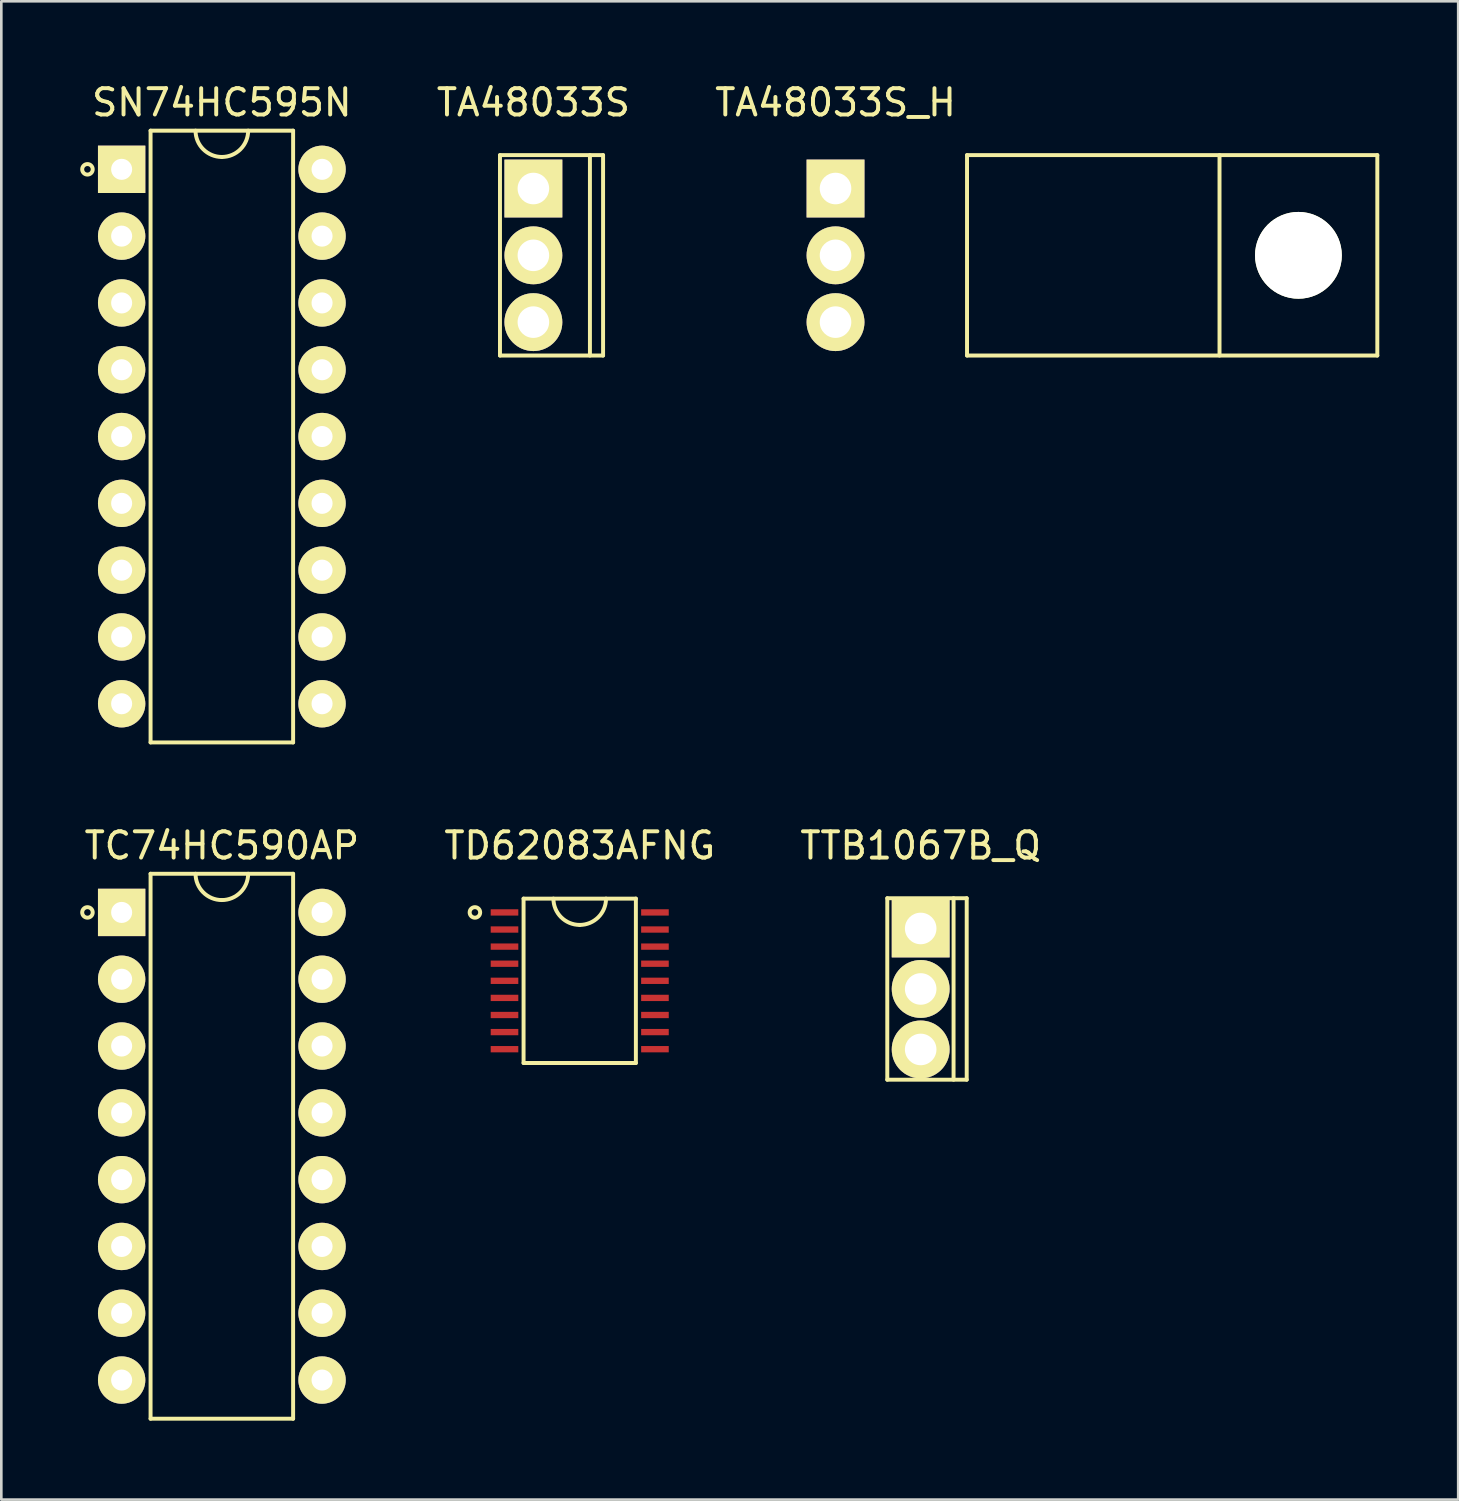
<source format=kicad_pcb>
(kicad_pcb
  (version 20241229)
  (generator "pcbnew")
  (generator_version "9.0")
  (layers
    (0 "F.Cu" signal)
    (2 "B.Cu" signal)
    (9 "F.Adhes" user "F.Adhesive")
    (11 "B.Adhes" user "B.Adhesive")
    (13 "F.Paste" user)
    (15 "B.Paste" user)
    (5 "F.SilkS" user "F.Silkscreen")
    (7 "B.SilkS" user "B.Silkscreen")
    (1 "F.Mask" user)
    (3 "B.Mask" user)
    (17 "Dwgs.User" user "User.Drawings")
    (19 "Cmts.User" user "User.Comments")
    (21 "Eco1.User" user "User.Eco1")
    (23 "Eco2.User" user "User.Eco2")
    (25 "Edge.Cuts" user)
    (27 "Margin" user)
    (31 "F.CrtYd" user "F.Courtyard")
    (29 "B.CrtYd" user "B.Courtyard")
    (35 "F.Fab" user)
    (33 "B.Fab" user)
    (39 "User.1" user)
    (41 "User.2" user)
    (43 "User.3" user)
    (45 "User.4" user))
  (footprint "TC74HC590AP"
    (layer "F.Cu")
    (at 1.575 31.642)
    (property "Reference" "TC74HC590AP" (at 3.81 -2.54 0) (layer "F.SilkS") (effects (font (size 1 1) (thickness 0.15))))
    (attr through_hole)
    (fp_line (start 1.1 -1.47) (end 6.52 -1.47) (stroke (width 0.15) (type solid)) (layer "F.SilkS"))
    (fp_line (start 1.1 19.25) (end 1.1 -1.47) (stroke (width 0.15) (type solid)) (layer "F.SilkS"))
    (fp_line (start 6.52 -1.47) (end 6.52 19.25) (stroke (width 0.15) (type solid)) (layer "F.SilkS"))
    (fp_line (start 6.52 19.25) (end 1.1 19.25) (stroke (width 0.15) (type solid)) (layer "F.SilkS"))
    (fp_arc (start 3.81 -0.47) (mid 3.102893 -0.762893) (end 2.81 -1.47) (stroke (width 0.15) (type solid)) (layer "F.SilkS"))
    (fp_arc (start 4.81 -1.47) (mid 4.517107 -0.762893) (end 3.81 -0.47) (stroke (width 0.15) (type solid)) (layer "F.SilkS"))
    (fp_circle (center -1.3 0) (end -1.3 0.2) (stroke (width 0.15) (type solid)) (fill no) (layer "F.SilkS"))
    (pad "1" thru_hole rect (at 0 0) (size 1.8 1.8) (drill 0.8) (layers "*.Cu" "*.Mask" "F.SilkS"))
    (pad "2" thru_hole circle (at 0 2.54) (size 1.8 1.8) (drill 0.8) (layers "*.Cu" "*.Mask" "F.SilkS"))
    (pad "3" thru_hole circle (at 0 5.08) (size 1.8 1.8) (drill 0.8) (layers "*.Cu" "*.Mask" "F.SilkS"))
    (pad "4" thru_hole circle (at 0 7.62) (size 1.8 1.8) (drill 0.8) (layers "*.Cu" "*.Mask" "F.SilkS"))
    (pad "5" thru_hole circle (at 0 10.16) (size 1.8 1.8) (drill 0.8) (layers "*.Cu" "*.Mask" "F.SilkS"))
    (pad "6" thru_hole circle (at 0 12.7) (size 1.8 1.8) (drill 0.8) (layers "*.Cu" "*.Mask" "F.SilkS"))
    (pad "7" thru_hole circle (at 0 15.24) (size 1.8 1.8) (drill 0.8) (layers "*.Cu" "*.Mask" "F.SilkS"))
    (pad "8" thru_hole circle (at 0 17.78) (size 1.8 1.8) (drill 0.8) (layers "*.Cu" "*.Mask" "F.SilkS"))
    (pad "9" thru_hole circle (at 7.62 17.78) (size 1.8 1.8) (drill 0.8) (layers "*.Cu" "*.Mask" "F.SilkS"))
    (pad "10" thru_hole circle (at 7.62 15.24) (size 1.8 1.8) (drill 0.8) (layers "*.Cu" "*.Mask" "F.SilkS"))
    (pad "11" thru_hole circle (at 7.62 12.7) (size 1.8 1.8) (drill 0.8) (layers "*.Cu" "*.Mask" "F.SilkS"))
    (pad "12" thru_hole circle (at 7.62 10.16) (size 1.8 1.8) (drill 0.8) (layers "*.Cu" "*.Mask" "F.SilkS"))
    (pad "13" thru_hole circle (at 7.62 7.62) (size 1.8 1.8) (drill 0.8) (layers "*.Cu" "*.Mask" "F.SilkS"))
    (pad "14" thru_hole circle (at 7.62 5.08) (size 1.8 1.8) (drill 0.8) (layers "*.Cu" "*.Mask" "F.SilkS"))
    (pad "15" thru_hole circle (at 7.62 2.54) (size 1.8 1.8) (drill 0.8) (layers "*.Cu" "*.Mask" "F.SilkS"))
    (pad "16" thru_hole circle (at 7.62 0) (size 1.8 1.8) (drill 0.8) (layers "*.Cu" "*.Mask" "F.SilkS")))
  (footprint "SN74HC595N"
    (layer "F.Cu")
    (at 1.575 3.388)
    (property "Reference" "SN74HC595N" (at 3.81 -2.54 0) (layer "F.SilkS") (effects (font (size 1 1) (thickness 0.15))))
    (attr through_hole)
    (fp_line (start 1.1 -1.47) (end 6.52 -1.47) (stroke (width 0.15) (type solid)) (layer "F.SilkS"))
    (fp_line (start 1.1 21.79) (end 1.1 -1.47) (stroke (width 0.15) (type solid)) (layer "F.SilkS"))
    (fp_line (start 6.52 -1.47) (end 6.52 21.79) (stroke (width 0.15) (type solid)) (layer "F.SilkS"))
    (fp_line (start 6.52 21.79) (end 1.1 21.79) (stroke (width 0.15) (type solid)) (layer "F.SilkS"))
    (fp_arc (start 3.81 -0.47) (mid 3.102893 -0.762893) (end 2.81 -1.47) (stroke (width 0.15) (type solid)) (layer "F.SilkS"))
    (fp_arc (start 4.81 -1.47) (mid 4.517107 -0.762893) (end 3.81 -0.47) (stroke (width 0.15) (type solid)) (layer "F.SilkS"))
    (fp_circle (center -1.3 0) (end -1.3 0.2) (stroke (width 0.15) (type solid)) (fill no) (layer "F.SilkS"))
    (pad "1" thru_hole rect (at 0 0) (size 1.8 1.8) (drill 0.8) (layers "*.Cu" "*.Mask" "F.SilkS"))
    (pad "2" thru_hole circle (at 0 2.54) (size 1.8 1.8) (drill 0.8) (layers "*.Cu" "*.Mask" "F.SilkS"))
    (pad "3" thru_hole circle (at 0 5.08) (size 1.8 1.8) (drill 0.8) (layers "*.Cu" "*.Mask" "F.SilkS"))
    (pad "4" thru_hole circle (at 0 7.62) (size 1.8 1.8) (drill 0.8) (layers "*.Cu" "*.Mask" "F.SilkS"))
    (pad "5" thru_hole circle (at 0 10.16) (size 1.8 1.8) (drill 0.8) (layers "*.Cu" "*.Mask" "F.SilkS"))
    (pad "6" thru_hole circle (at 0 12.7) (size 1.8 1.8) (drill 0.8) (layers "*.Cu" "*.Mask" "F.SilkS"))
    (pad "7" thru_hole circle (at 0 15.24) (size 1.8 1.8) (drill 0.8) (layers "*.Cu" "*.Mask" "F.SilkS"))
    (pad "8" thru_hole circle (at 0 17.78) (size 1.8 1.8) (drill 0.8) (layers "*.Cu" "*.Mask" "F.SilkS"))
    (pad "9" thru_hole circle (at 0 20.32) (size 1.8 1.8) (drill 0.8) (layers "*.Cu" "*.Mask" "F.SilkS"))
    (pad "10" thru_hole circle (at 7.62 20.32) (size 1.8 1.8) (drill 0.8) (layers "*.Cu" "*.Mask" "F.SilkS"))
    (pad "11" thru_hole circle (at 7.62 17.78) (size 1.8 1.8) (drill 0.8) (layers "*.Cu" "*.Mask" "F.SilkS"))
    (pad "12" thru_hole circle (at 7.62 15.24) (size 1.8 1.8) (drill 0.8) (layers "*.Cu" "*.Mask" "F.SilkS"))
    (pad "13" thru_hole circle (at 7.62 12.7) (size 1.8 1.8) (drill 0.8) (layers "*.Cu" "*.Mask" "F.SilkS"))
    (pad "14" thru_hole circle (at 7.62 10.16) (size 1.8 1.8) (drill 0.8) (layers "*.Cu" "*.Mask" "F.SilkS"))
    (pad "15" thru_hole circle (at 7.62 7.62) (size 1.8 1.8) (drill 0.8) (layers "*.Cu" "*.Mask" "F.SilkS"))
    (pad "16" thru_hole circle (at 7.62 5.08) (size 1.8 1.8) (drill 0.8) (layers "*.Cu" "*.Mask" "F.SilkS"))
    (pad "17" thru_hole circle (at 7.62 2.54) (size 1.8 1.8) (drill 0.8) (layers "*.Cu" "*.Mask" "F.SilkS"))
    (pad "18" thru_hole circle (at 7.62 0) (size 1.8 1.8) (drill 0.8) (layers "*.Cu" "*.Mask" "F.SilkS")))
  (footprint "TA48033S"
    (layer "F.Cu")
    (at 17.23 4.118)
    (property "Reference" "TA48033S" (at 0 -3.27 0) (layer "F.SilkS") (effects (font (size 1 1) (thickness 0.15))))
    (attr through_hole)
    (fp_line (start -1.27 -1.27) (end -1.27 6.35) (stroke (width 0.15) (type solid)) (layer "F.SilkS"))
    (fp_line (start -1.27 -1.27) (end 2.65 -1.27) (stroke (width 0.15) (type solid)) (layer "F.SilkS"))
    (fp_line (start -1.27 6.35) (end 2.65 6.35) (stroke (width 0.15) (type solid)) (layer "F.SilkS"))
    (fp_line (start 2.15 -1.27) (end 2.15 6.35) (stroke (width 0.15) (type solid)) (layer "F.SilkS"))
    (fp_line (start 2.65 -1.27) (end 2.65 6.35) (stroke (width 0.15) (type solid)) (layer "F.SilkS"))
    (pad "1" thru_hole rect (at 0 0) (size 2.2 2.2) (drill 1.2) (layers "*.Cu" "*.Mask" "F.SilkS"))
    (pad "2" thru_hole circle (at 0 2.54) (size 2.2 2.2) (drill 1.2) (layers "*.Cu" "*.Mask" "F.SilkS"))
    (pad "3" thru_hole circle (at 0 5.08) (size 2.2 2.2) (drill 1.2) (layers "*.Cu" "*.Mask" "F.SilkS")))
  (footprint "TD62083AFNG"
    (layer "F.Cu")
    (at 16.132 31.642)
    (property "Reference" "TD62083AFNG" (at 2.86 -2.54 0) (layer "F.SilkS") (effects (font (size 1 1) (thickness 0.15))))
    (attr through_hole)
    (fp_line (start 0.725 -0.525) (end 4.995 -0.525) (stroke (width 0.15) (type solid)) (layer "F.SilkS"))
    (fp_line (start 0.725 5.725) (end 0.725 -0.525) (stroke (width 0.15) (type solid)) (layer "F.SilkS"))
    (fp_line (start 4.995 -0.525) (end 4.995 5.725) (stroke (width 0.15) (type solid)) (layer "F.SilkS"))
    (fp_line (start 4.995 5.725) (end 0.725 5.725) (stroke (width 0.15) (type solid)) (layer "F.SilkS"))
    (fp_arc (start 2.86 0.475) (mid 2.152893 0.182107) (end 1.86 -0.525) (stroke (width 0.15) (type solid)) (layer "F.SilkS"))
    (fp_arc (start 3.86 -0.525) (mid 3.567107 0.182107) (end 2.86 0.475) (stroke (width 0.15) (type solid)) (layer "F.SilkS"))
    (fp_circle (center -1.125 0) (end -1.125 0.2) (stroke (width 0.15) (type solid)) (fill no) (layer "F.SilkS"))
    (pad "1" smd rect (at 0 0) (size 1.05 0.24) (layers "F.Cu" "F.Mask" "F.Paste"))
    (pad "2" smd rect (at 0 0.65) (size 1.05 0.24) (layers "F.Cu" "F.Mask" "F.Paste"))
    (pad "3" smd rect (at 0 1.3) (size 1.05 0.24) (layers "F.Cu" "F.Mask" "F.Paste"))
    (pad "4" smd rect (at 0 1.95) (size 1.05 0.24) (layers "F.Cu" "F.Mask" "F.Paste"))
    (pad "5" smd rect (at 0 2.6) (size 1.05 0.24) (layers "F.Cu" "F.Mask" "F.Paste"))
    (pad "6" smd rect (at 0 3.25) (size 1.05 0.24) (layers "F.Cu" "F.Mask" "F.Paste"))
    (pad "7" smd rect (at 0 3.9) (size 1.05 0.24) (layers "F.Cu" "F.Mask" "F.Paste"))
    (pad "8" smd rect (at 0 4.55) (size 1.05 0.24) (layers "F.Cu" "F.Mask" "F.Paste"))
    (pad "9" smd rect (at 0 5.2) (size 1.05 0.24) (layers "F.Cu" "F.Mask" "F.Paste"))
    (pad "10" smd rect (at 5.72 5.2) (size 1.05 0.24) (layers "F.Cu" "F.Mask" "F.Paste"))
    (pad "11" smd rect (at 5.72 4.55) (size 1.05 0.24) (layers "F.Cu" "F.Mask" "F.Paste"))
    (pad "12" smd rect (at 5.72 3.9) (size 1.05 0.24) (layers "F.Cu" "F.Mask" "F.Paste"))
    (pad "13" smd rect (at 5.72 3.25) (size 1.05 0.24) (layers "F.Cu" "F.Mask" "F.Paste"))
    (pad "14" smd rect (at 5.72 2.6) (size 1.05 0.24) (layers "F.Cu" "F.Mask" "F.Paste"))
    (pad "15" smd rect (at 5.72 1.95) (size 1.05 0.24) (layers "F.Cu" "F.Mask" "F.Paste"))
    (pad "16" smd rect (at 5.72 1.3) (size 1.05 0.24) (layers "F.Cu" "F.Mask" "F.Paste"))
    (pad "17" smd rect (at 5.72 0.65) (size 1.05 0.24) (layers "F.Cu" "F.Mask" "F.Paste"))
    (pad "18" smd rect (at 5.72 0) (size 1.05 0.24) (layers "F.Cu" "F.Mask" "F.Paste")))
  (footprint "TA48033S_H"
    (layer "F.Cu")
    (at 28.718 4.118)
    (property "Reference" "TA48033S_H" (at 0 -3.27 0) (layer "F.SilkS") (effects (font (size 1 1) (thickness 0.15))))
    (attr through_hole)
    (fp_line (start 5 -1.27) (end 5 6.35) (stroke (width 0.15) (type solid)) (layer "F.SilkS"))
    (fp_line (start 5 -1.27) (end 20.6 -1.27) (stroke (width 0.15) (type solid)) (layer "F.SilkS"))
    (fp_line (start 5 6.35) (end 20.6 6.35) (stroke (width 0.15) (type solid)) (layer "F.SilkS"))
    (fp_line (start 14.6 -1.27) (end 14.6 6.35) (stroke (width 0.15) (type solid)) (layer "F.SilkS"))
    (fp_line (start 20.6 -1.27) (end 20.6 6.35) (stroke (width 0.15) (type solid)) (layer "F.SilkS"))
    (pad "" np_thru_hole circle (at 17.6 2.54) (size 3.3 3.3) (drill 3.3) (layers "*.Cu" "*.Mask" "F.SilkS"))
    (pad "1" thru_hole rect (at 0 0) (size 2.2 2.2) (drill 1.2) (layers "*.Cu" "*.Mask" "F.SilkS"))
    (pad "2" thru_hole circle (at 0 2.54) (size 2.2 2.2) (drill 1.2) (layers "*.Cu" "*.Mask" "F.SilkS"))
    (pad "3" thru_hole circle (at 0 5.08) (size 2.2 2.2) (drill 1.2) (layers "*.Cu" "*.Mask" "F.SilkS")))
  (footprint "TTB1067B_Q"
    (layer "F.Cu")
    (at 31.956 32.252)
    (property "Reference" "TTB1067B_Q" (at 0 -3.15 0) (layer "F.SilkS") (effects (font (size 1 1) (thickness 0.15))))
    (attr through_hole)
    (fp_line (start -1.27 -1.15) (end -1.27 5.75) (stroke (width 0.15) (type solid)) (layer "F.SilkS"))
    (fp_line (start -1.27 -1.15) (end 1.75 -1.15) (stroke (width 0.15) (type solid)) (layer "F.SilkS"))
    (fp_line (start -1.27 5.75) (end 1.75 5.75) (stroke (width 0.15) (type solid)) (layer "F.SilkS"))
    (fp_line (start 1.25 -1.15) (end 1.25 5.75) (stroke (width 0.15) (type solid)) (layer "F.SilkS"))
    (fp_line (start 1.75 -1.15) (end 1.75 5.75) (stroke (width 0.15) (type solid)) (layer "F.SilkS"))
    (pad "1" thru_hole rect (at 0 0) (size 2.2 2.2) (drill 1.2) (layers "*.Cu" "*.Mask" "F.SilkS"))
    (pad "2" thru_hole circle (at 0 2.3) (size 2.2 2.2) (drill 1.2) (layers "*.Cu" "*.Mask" "F.SilkS"))
    (pad "3" thru_hole circle (at 0 4.6) (size 2.2 2.2) (drill 1.2) (layers "*.Cu" "*.Mask" "F.SilkS")))
  (gr_rect
    (start -3 -3)
    (end 52.393 53.967)
    (stroke (width 0.1) (type default))
    (fill no)
    (layer "Edge.Cuts")))
</source>
